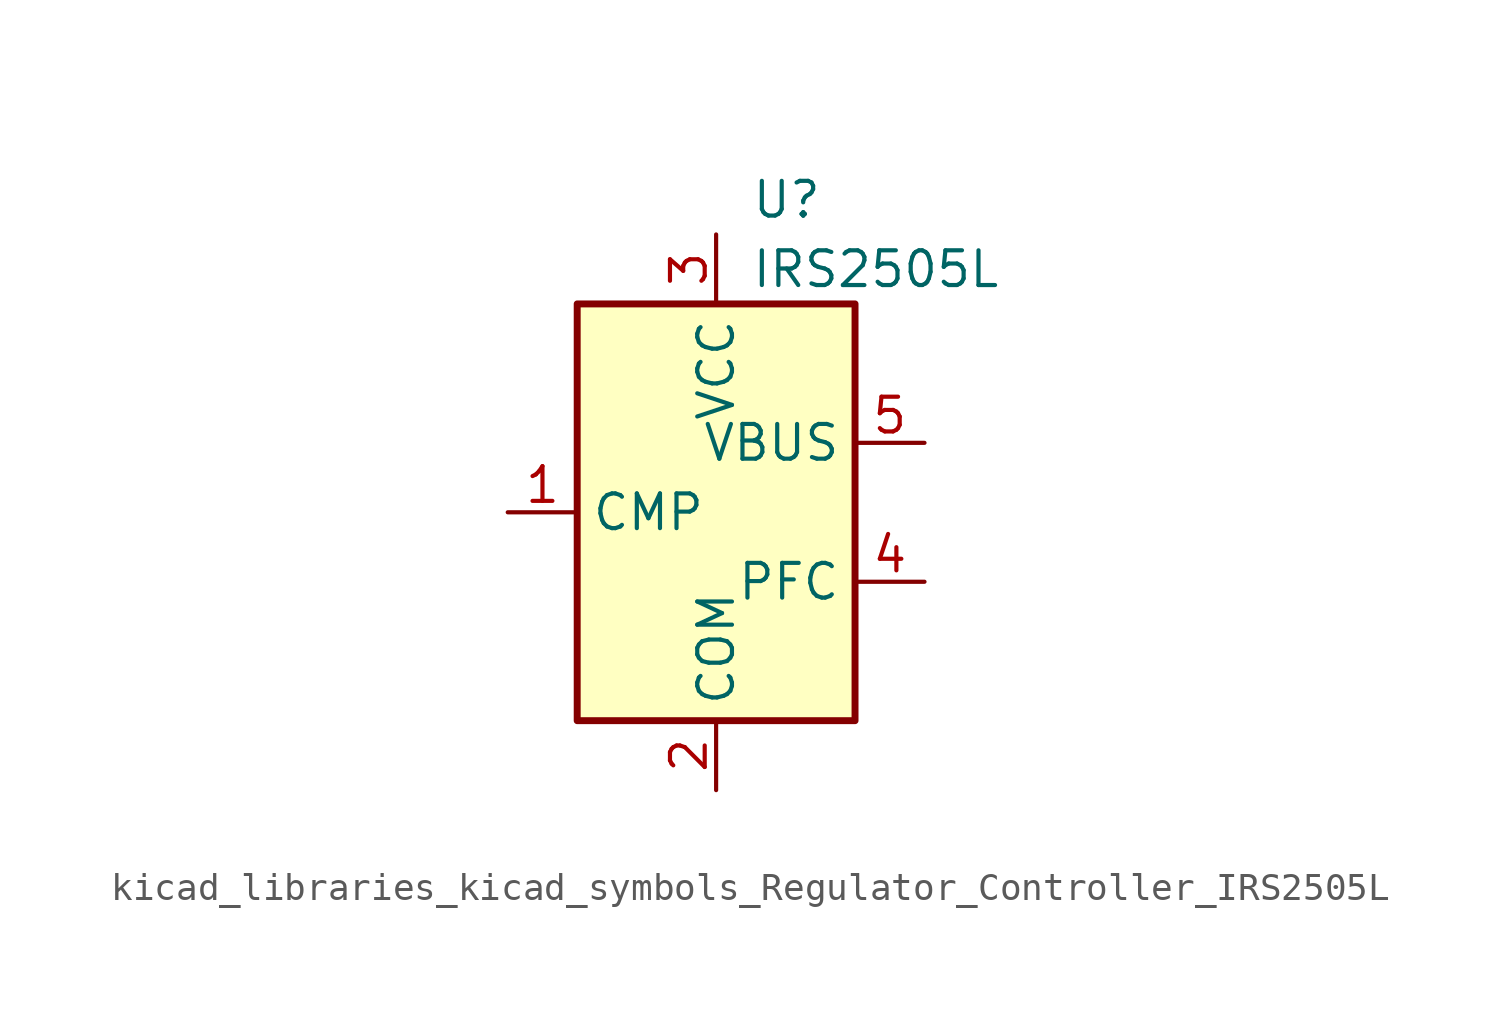
<source format=kicad_sym>
(kicad_symbol_lib
  (version 20220914)
  (generator kicad_symbol_editor)
  (symbol "kicad_libraries_kicad_symbols_Regulator_Controller_IRS2505L"
    (property "Reference" "U"
      (at 1.27 11.43 0)
      (effects (font (size 1.27 1.27)) (justify left)))
    (property "Value" "IRS2505L"
      (at 1.27 8.89 0)
      (effects (font (size 1.27 1.27)) (justify left)))
    (symbol "kicad_libraries_kicad_symbols_Regulator_Controller_IRS2505L_0_1"
      (rectangle (start -5.08 -7.62) (end 5.08 7.62) (stroke (width 0.254) (type default)) (fill (type background))))
    (symbol "kicad_libraries_kicad_symbols_Regulator_Controller_IRS2505L_1_1"
      (pin passive line (at -7.62 0 0) (length 2.54) (name "CMP" (effects (font (size 1.27 1.27)))) (number "1" (effects (font (size 1.27 1.27)))))
      (pin power_in line (at 0 -10.16 90) (length 2.54) (name "COM" (effects (font (size 1.27 1.27)))) (number "2" (effects (font (size 1.27 1.27)))))
      (pin power_in line (at 0 10.16 270) (length 2.54) (name "VCC" (effects (font (size 1.27 1.27)))) (number "3" (effects (font (size 1.27 1.27)))))
      (pin output line (at 7.62 -2.54 180) (length 2.54) (name "PFC" (effects (font (size 1.27 1.27)))) (number "4" (effects (font (size 1.27 1.27)))))
      (pin input line (at 7.62 2.54 180) (length 2.54) (name "VBUS" (effects (font (size 1.27 1.27)))) (number "5" (effects (font (size 1.27 1.27))))))))
</source>
